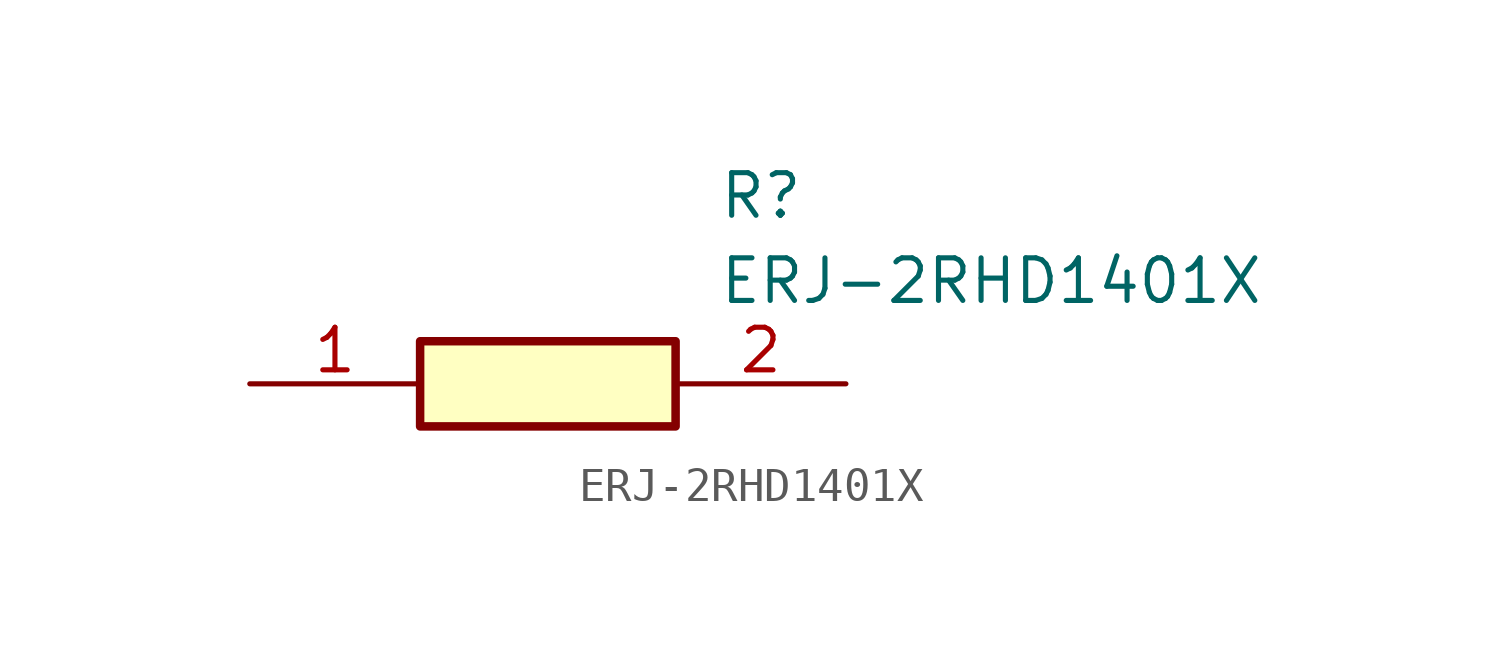
<source format=kicad_sym>
(kicad_symbol_lib
  (version 20211014)
  (generator SamacSys_ECAD_Model)
  (symbol "ERJ-2RHD1401X"
    (pin_names hide)
    (property "Reference" "R"
      (at 13.97 6.35 0)
      (effects (font (size 1.27 1.27)) (justify left top)))
    (property "Value" "ERJ-2RHD1401X"
      (at 13.97 3.81 0)
      (effects (font (size 1.27 1.27)) (justify left top)))
    (rectangle
      (start 5.08 1.27)
      (end 12.7 -1.27)
      (stroke (width 0.254) (type default))
      (fill (type background)))
    (pin passive line
      (at 0 0 0)
      (length 5.08)
      (name "1" (effects (font (size 1.27 1.27))))
      (number "1" (effects (font (size 1.27 1.27)))))
    (pin passive line
      (at 17.78 0 180)
      (length 5.08)
      (name "2" (effects (font (size 1.27 1.27))))
      (number "2" (effects (font (size 1.27 1.27)))))))
</source>
